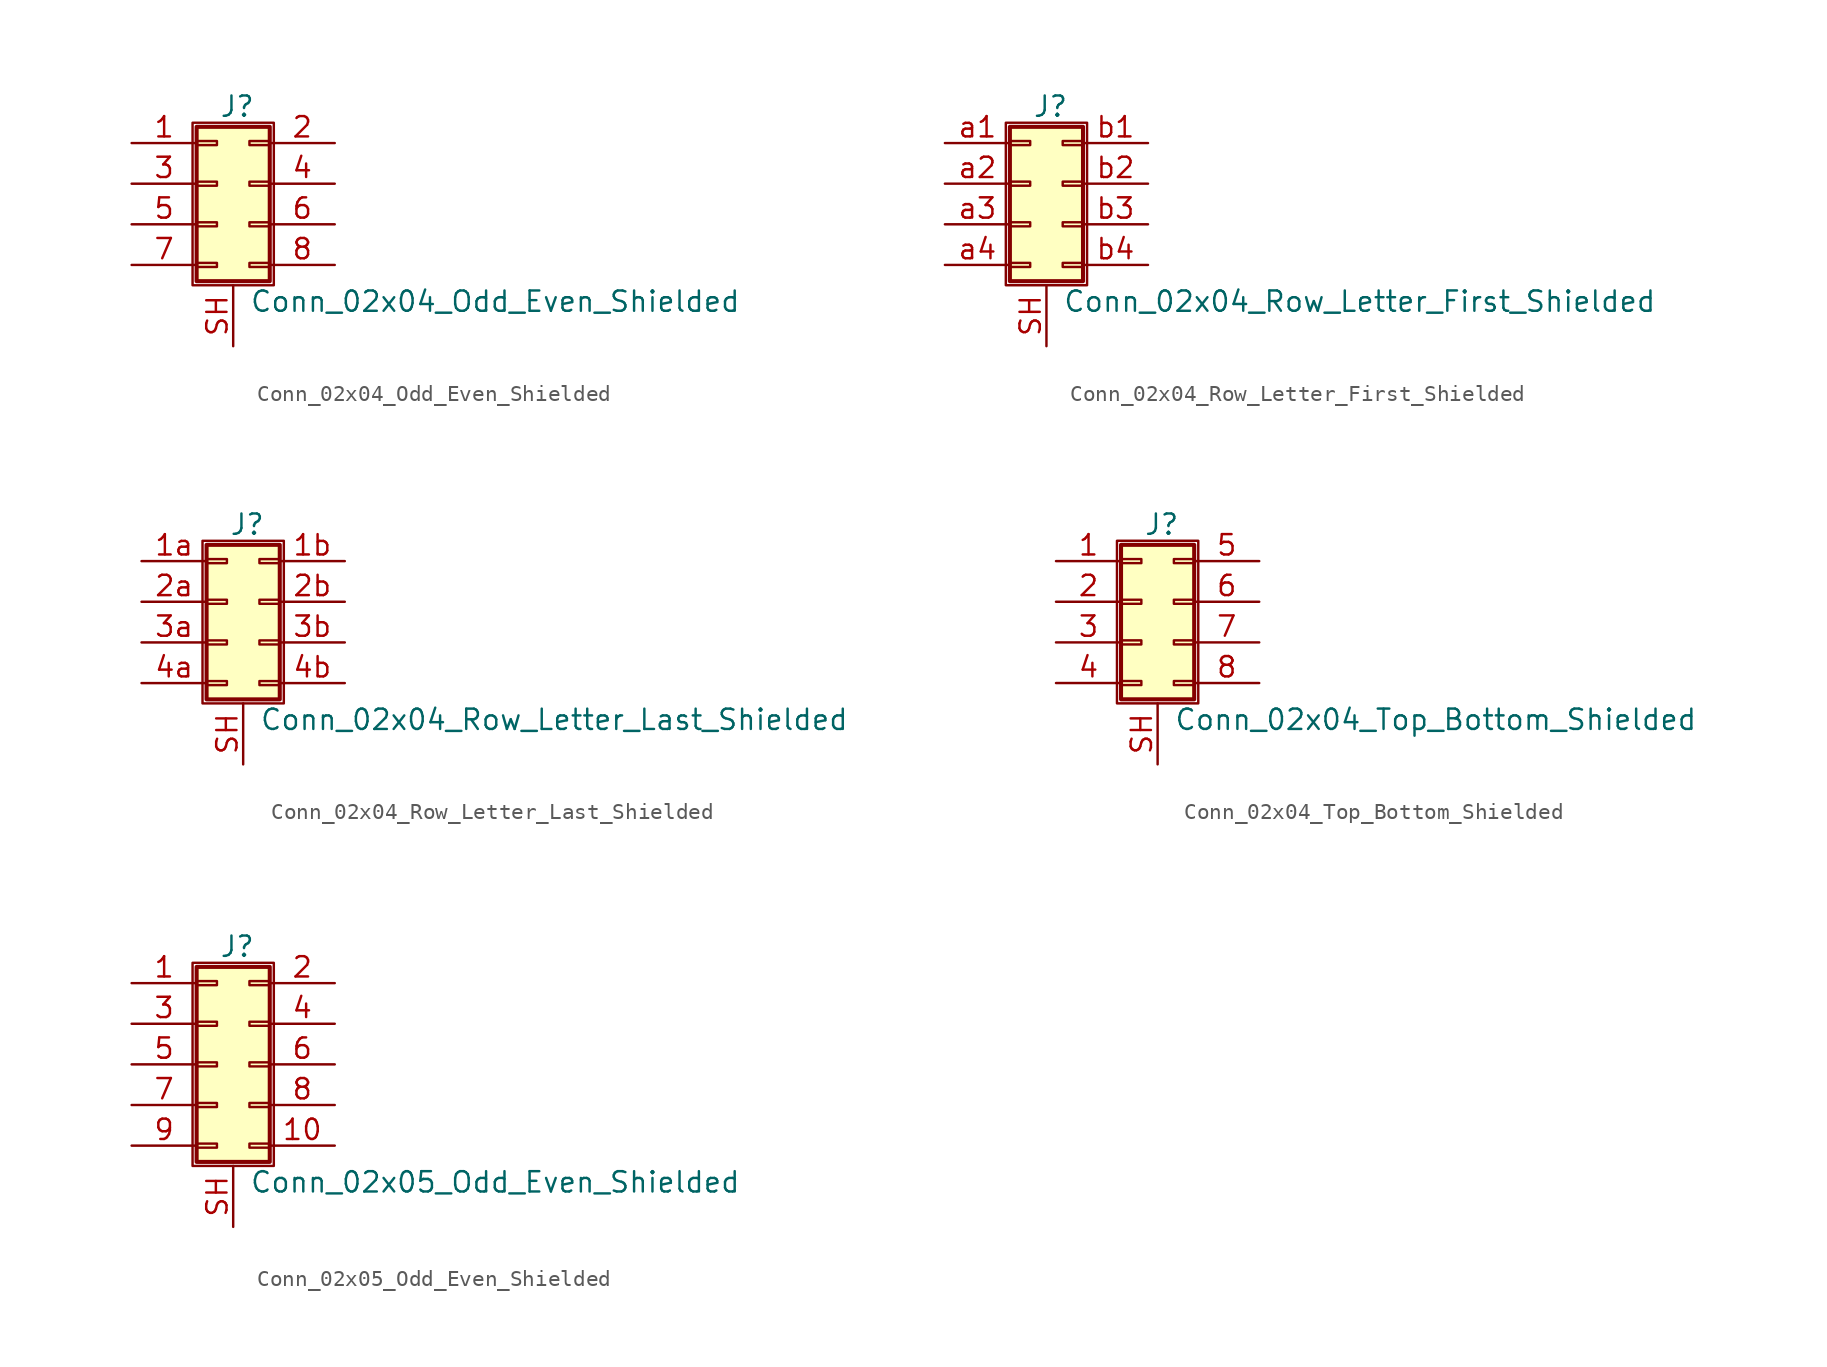
<source format=kicad_sym>
(kicad_symbol_lib
  (version 20220914)
  (generator kicad_symbol_editor)
  (symbol "Conn_02x04_Odd_Even_Shielded"
    (pin_names
      (offset 1.016) hide)
    (property "Reference" "J"
      (at 1.524 4.826 0)
      (effects (font (size 1.27 1.27))))
    (property "Value" "Conn_02x04_Odd_Even_Shielded"
      (at 2.286 -7.366 0)
      (effects (font (size 1.27 1.27)) (justify left)))
    (symbol "Conn_02x04_Odd_Even_Shielded_1_1"
      (rectangle (start -1.27 3.81) (end 3.81 -6.35) (stroke (width 0.152) (type default)) (fill (type none)))
      (rectangle (start -1.016 -4.953) (end 0.254 -5.207) (stroke (width 0.152) (type default)) (fill (type none)))
      (rectangle (start -1.016 -2.413) (end 0.254 -2.667) (stroke (width 0.152) (type default)) (fill (type none)))
      (rectangle (start -1.016 0.127) (end 0.254 -0.127) (stroke (width 0.152) (type default)) (fill (type none)))
      (rectangle (start -1.016 2.667) (end 0.254 2.413) (stroke (width 0.152) (type default)) (fill (type none)))
      (rectangle (start -1.016 3.556) (end 3.556 -6.096) (stroke (width 0.254) (type default)) (fill (type background)))
      (rectangle (start 3.556 -4.953) (end 2.286 -5.207) (stroke (width 0.152) (type default)) (fill (type none)))
      (rectangle (start 3.556 -2.413) (end 2.286 -2.667) (stroke (width 0.152) (type default)) (fill (type none)))
      (rectangle (start 3.556 0.127) (end 2.286 -0.127) (stroke (width 0.152) (type default)) (fill (type none)))
      (rectangle (start 3.556 2.667) (end 2.286 2.413) (stroke (width 0.152) (type default)) (fill (type none)))
      (pin passive line (at -5.08 2.54 0) (length 4.064) (name "Pin_1" (effects (font (size 1.27 1.27)))) (number "1" (effects (font (size 1.27 1.27)))))
      (pin passive line (at 7.62 2.54 180) (length 4.064) (name "Pin_2" (effects (font (size 1.27 1.27)))) (number "2" (effects (font (size 1.27 1.27)))))
      (pin passive line (at -5.08 0 0) (length 4.064) (name "Pin_3" (effects (font (size 1.27 1.27)))) (number "3" (effects (font (size 1.27 1.27)))))
      (pin passive line (at 7.62 0 180) (length 4.064) (name "Pin_4" (effects (font (size 1.27 1.27)))) (number "4" (effects (font (size 1.27 1.27)))))
      (pin passive line (at -5.08 -2.54 0) (length 4.064) (name "Pin_5" (effects (font (size 1.27 1.27)))) (number "5" (effects (font (size 1.27 1.27)))))
      (pin passive line (at 7.62 -2.54 180) (length 4.064) (name "Pin_6" (effects (font (size 1.27 1.27)))) (number "6" (effects (font (size 1.27 1.27)))))
      (pin passive line (at -5.08 -5.08 0) (length 4.064) (name "Pin_7" (effects (font (size 1.27 1.27)))) (number "7" (effects (font (size 1.27 1.27)))))
      (pin passive line (at 7.62 -5.08 180) (length 4.064) (name "Pin_8" (effects (font (size 1.27 1.27)))) (number "8" (effects (font (size 1.27 1.27)))))
      (pin passive line (at 1.27 -10.16 90) (length 3.81) (name "Shield" (effects (font (size 1.27 1.27)))) (number "SH" (effects (font (size 1.27 1.27)))))))
  (symbol "Conn_02x04_Row_Letter_First_Shielded"
    (pin_names
      (offset 1.016) hide)
    (property "Reference" "J"
      (at 1.524 4.826 0)
      (effects (font (size 1.27 1.27))))
    (property "Value" "Conn_02x04_Row_Letter_First_Shielded"
      (at 2.286 -7.366 0)
      (effects (font (size 1.27 1.27)) (justify left)))
    (symbol "Conn_02x04_Row_Letter_First_Shielded_1_1"
      (rectangle (start -1.27 3.81) (end 3.81 -6.35) (stroke (width 0.152) (type default)) (fill (type none)))
      (rectangle (start -1.016 -4.953) (end 0.254 -5.207) (stroke (width 0.152) (type default)) (fill (type none)))
      (rectangle (start -1.016 -2.413) (end 0.254 -2.667) (stroke (width 0.152) (type default)) (fill (type none)))
      (rectangle (start -1.016 0.127) (end 0.254 -0.127) (stroke (width 0.152) (type default)) (fill (type none)))
      (rectangle (start -1.016 2.667) (end 0.254 2.413) (stroke (width 0.152) (type default)) (fill (type none)))
      (rectangle (start -1.016 3.556) (end 3.556 -6.096) (stroke (width 0.254) (type default)) (fill (type background)))
      (rectangle (start 3.556 -4.953) (end 2.286 -5.207) (stroke (width 0.152) (type default)) (fill (type none)))
      (rectangle (start 3.556 -2.413) (end 2.286 -2.667) (stroke (width 0.152) (type default)) (fill (type none)))
      (rectangle (start 3.556 0.127) (end 2.286 -0.127) (stroke (width 0.152) (type default)) (fill (type none)))
      (rectangle (start 3.556 2.667) (end 2.286 2.413) (stroke (width 0.152) (type default)) (fill (type none)))
      (pin passive line (at 1.27 -10.16 90) (length 3.81) (name "Shield" (effects (font (size 1.27 1.27)))) (number "SH" (effects (font (size 1.27 1.27)))))
      (pin passive line (at -5.08 2.54 0) (length 4.064) (name "Pin_a1" (effects (font (size 1.27 1.27)))) (number "a1" (effects (font (size 1.27 1.27)))))
      (pin passive line (at -5.08 0 0) (length 4.064) (name "Pin_a2" (effects (font (size 1.27 1.27)))) (number "a2" (effects (font (size 1.27 1.27)))))
      (pin passive line (at -5.08 -2.54 0) (length 4.064) (name "Pin_a3" (effects (font (size 1.27 1.27)))) (number "a3" (effects (font (size 1.27 1.27)))))
      (pin passive line (at -5.08 -5.08 0) (length 4.064) (name "Pin_a4" (effects (font (size 1.27 1.27)))) (number "a4" (effects (font (size 1.27 1.27)))))
      (pin passive line (at 7.62 2.54 180) (length 4.064) (name "Pin_b1" (effects (font (size 1.27 1.27)))) (number "b1" (effects (font (size 1.27 1.27)))))
      (pin passive line (at 7.62 0 180) (length 4.064) (name "Pin_b2" (effects (font (size 1.27 1.27)))) (number "b2" (effects (font (size 1.27 1.27)))))
      (pin passive line (at 7.62 -2.54 180) (length 4.064) (name "Pin_b3" (effects (font (size 1.27 1.27)))) (number "b3" (effects (font (size 1.27 1.27)))))
      (pin passive line (at 7.62 -5.08 180) (length 4.064) (name "Pin_b4" (effects (font (size 1.27 1.27)))) (number "b4" (effects (font (size 1.27 1.27)))))))
  (symbol "Conn_02x04_Row_Letter_Last_Shielded"
    (pin_names
      (offset 1.016) hide)
    (property "Reference" "J"
      (at 1.524 4.826 0)
      (effects (font (size 1.27 1.27))))
    (property "Value" "Conn_02x04_Row_Letter_Last_Shielded"
      (at 2.286 -7.366 0)
      (effects (font (size 1.27 1.27)) (justify left)))
    (symbol "Conn_02x04_Row_Letter_Last_Shielded_1_1"
      (rectangle (start -1.27 3.81) (end 3.81 -6.35) (stroke (width 0.152) (type default)) (fill (type none)))
      (rectangle (start -1.016 -4.953) (end 0.254 -5.207) (stroke (width 0.152) (type default)) (fill (type none)))
      (rectangle (start -1.016 -2.413) (end 0.254 -2.667) (stroke (width 0.152) (type default)) (fill (type none)))
      (rectangle (start -1.016 0.127) (end 0.254 -0.127) (stroke (width 0.152) (type default)) (fill (type none)))
      (rectangle (start -1.016 2.667) (end 0.254 2.413) (stroke (width 0.152) (type default)) (fill (type none)))
      (rectangle (start -1.016 3.556) (end 3.556 -6.096) (stroke (width 0.254) (type default)) (fill (type background)))
      (rectangle (start 3.556 -4.953) (end 2.286 -5.207) (stroke (width 0.152) (type default)) (fill (type none)))
      (rectangle (start 3.556 -2.413) (end 2.286 -2.667) (stroke (width 0.152) (type default)) (fill (type none)))
      (rectangle (start 3.556 0.127) (end 2.286 -0.127) (stroke (width 0.152) (type default)) (fill (type none)))
      (rectangle (start 3.556 2.667) (end 2.286 2.413) (stroke (width 0.152) (type default)) (fill (type none)))
      (pin passive line (at -5.08 2.54 0) (length 4.064) (name "Pin_1a" (effects (font (size 1.27 1.27)))) (number "1a" (effects (font (size 1.27 1.27)))))
      (pin passive line (at 7.62 2.54 180) (length 4.064) (name "Pin_1b" (effects (font (size 1.27 1.27)))) (number "1b" (effects (font (size 1.27 1.27)))))
      (pin passive line (at -5.08 0 0) (length 4.064) (name "Pin_2a" (effects (font (size 1.27 1.27)))) (number "2a" (effects (font (size 1.27 1.27)))))
      (pin passive line (at 7.62 0 180) (length 4.064) (name "Pin_2b" (effects (font (size 1.27 1.27)))) (number "2b" (effects (font (size 1.27 1.27)))))
      (pin passive line (at -5.08 -2.54 0) (length 4.064) (name "Pin_3a" (effects (font (size 1.27 1.27)))) (number "3a" (effects (font (size 1.27 1.27)))))
      (pin passive line (at 7.62 -2.54 180) (length 4.064) (name "Pin_3b" (effects (font (size 1.27 1.27)))) (number "3b" (effects (font (size 1.27 1.27)))))
      (pin passive line (at -5.08 -5.08 0) (length 4.064) (name "Pin_4a" (effects (font (size 1.27 1.27)))) (number "4a" (effects (font (size 1.27 1.27)))))
      (pin passive line (at 7.62 -5.08 180) (length 4.064) (name "Pin_4b" (effects (font (size 1.27 1.27)))) (number "4b" (effects (font (size 1.27 1.27)))))
      (pin passive line (at 1.27 -10.16 90) (length 3.81) (name "Shield" (effects (font (size 1.27 1.27)))) (number "SH" (effects (font (size 1.27 1.27)))))))
  (symbol "Conn_02x04_Top_Bottom_Shielded"
    (pin_names
      (offset 1.016) hide)
    (property "Reference" "J"
      (at 1.524 4.826 0)
      (effects (font (size 1.27 1.27))))
    (property "Value" "Conn_02x04_Top_Bottom_Shielded"
      (at 2.286 -7.366 0)
      (effects (font (size 1.27 1.27)) (justify left)))
    (symbol "Conn_02x04_Top_Bottom_Shielded_1_1"
      (rectangle (start -1.27 3.81) (end 3.81 -6.35) (stroke (width 0.152) (type default)) (fill (type none)))
      (rectangle (start -1.016 -4.953) (end 0.254 -5.207) (stroke (width 0.152) (type default)) (fill (type none)))
      (rectangle (start -1.016 -2.413) (end 0.254 -2.667) (stroke (width 0.152) (type default)) (fill (type none)))
      (rectangle (start -1.016 0.127) (end 0.254 -0.127) (stroke (width 0.152) (type default)) (fill (type none)))
      (rectangle (start -1.016 2.667) (end 0.254 2.413) (stroke (width 0.152) (type default)) (fill (type none)))
      (rectangle (start -1.016 3.556) (end 3.556 -6.096) (stroke (width 0.254) (type default)) (fill (type background)))
      (rectangle (start 3.556 -4.953) (end 2.286 -5.207) (stroke (width 0.152) (type default)) (fill (type none)))
      (rectangle (start 3.556 -2.413) (end 2.286 -2.667) (stroke (width 0.152) (type default)) (fill (type none)))
      (rectangle (start 3.556 0.127) (end 2.286 -0.127) (stroke (width 0.152) (type default)) (fill (type none)))
      (rectangle (start 3.556 2.667) (end 2.286 2.413) (stroke (width 0.152) (type default)) (fill (type none)))
      (pin passive line (at -5.08 2.54 0) (length 4.064) (name "Pin_1" (effects (font (size 1.27 1.27)))) (number "1" (effects (font (size 1.27 1.27)))))
      (pin passive line (at -5.08 0 0) (length 4.064) (name "Pin_2" (effects (font (size 1.27 1.27)))) (number "2" (effects (font (size 1.27 1.27)))))
      (pin passive line (at -5.08 -2.54 0) (length 4.064) (name "Pin_3" (effects (font (size 1.27 1.27)))) (number "3" (effects (font (size 1.27 1.27)))))
      (pin passive line (at -5.08 -5.08 0) (length 4.064) (name "Pin_4" (effects (font (size 1.27 1.27)))) (number "4" (effects (font (size 1.27 1.27)))))
      (pin passive line (at 7.62 2.54 180) (length 4.064) (name "Pin_5" (effects (font (size 1.27 1.27)))) (number "5" (effects (font (size 1.27 1.27)))))
      (pin passive line (at 7.62 0 180) (length 4.064) (name "Pin_6" (effects (font (size 1.27 1.27)))) (number "6" (effects (font (size 1.27 1.27)))))
      (pin passive line (at 7.62 -2.54 180) (length 4.064) (name "Pin_7" (effects (font (size 1.27 1.27)))) (number "7" (effects (font (size 1.27 1.27)))))
      (pin passive line (at 7.62 -5.08 180) (length 4.064) (name "Pin_8" (effects (font (size 1.27 1.27)))) (number "8" (effects (font (size 1.27 1.27)))))
      (pin passive line (at 1.27 -10.16 90) (length 3.81) (name "Shield" (effects (font (size 1.27 1.27)))) (number "SH" (effects (font (size 1.27 1.27)))))))
  (symbol "Conn_02x05_Odd_Even_Shielded"
    (pin_names
      (offset 1.016) hide)
    (property "Reference" "J"
      (at 1.524 7.366 0)
      (effects (font (size 1.27 1.27))))
    (property "Value" "Conn_02x05_Odd_Even_Shielded"
      (at 2.286 -7.366 0)
      (effects (font (size 1.27 1.27)) (justify left)))
    (symbol "Conn_02x05_Odd_Even_Shielded_1_1"
      (rectangle (start -1.27 6.35) (end 3.81 -6.35) (stroke (width 0.152) (type default)) (fill (type none)))
      (rectangle (start -1.016 -4.953) (end 0.254 -5.207) (stroke (width 0.152) (type default)) (fill (type none)))
      (rectangle (start -1.016 -2.413) (end 0.254 -2.667) (stroke (width 0.152) (type default)) (fill (type none)))
      (rectangle (start -1.016 0.127) (end 0.254 -0.127) (stroke (width 0.152) (type default)) (fill (type none)))
      (rectangle (start -1.016 2.667) (end 0.254 2.413) (stroke (width 0.152) (type default)) (fill (type none)))
      (rectangle (start -1.016 5.207) (end 0.254 4.953) (stroke (width 0.152) (type default)) (fill (type none)))
      (rectangle (start -1.016 6.096) (end 3.556 -6.096) (stroke (width 0.254) (type default)) (fill (type background)))
      (rectangle (start 3.556 -4.953) (end 2.286 -5.207) (stroke (width 0.152) (type default)) (fill (type none)))
      (rectangle (start 3.556 -2.413) (end 2.286 -2.667) (stroke (width 0.152) (type default)) (fill (type none)))
      (rectangle (start 3.556 0.127) (end 2.286 -0.127) (stroke (width 0.152) (type default)) (fill (type none)))
      (rectangle (start 3.556 2.667) (end 2.286 2.413) (stroke (width 0.152) (type default)) (fill (type none)))
      (rectangle (start 3.556 5.207) (end 2.286 4.953) (stroke (width 0.152) (type default)) (fill (type none)))
      (pin passive line (at -5.08 5.08 0) (length 4.064) (name "Pin_1" (effects (font (size 1.27 1.27)))) (number "1" (effects (font (size 1.27 1.27)))))
      (pin passive line (at 7.62 -5.08 180) (length 4.064) (name "Pin_10" (effects (font (size 1.27 1.27)))) (number "10" (effects (font (size 1.27 1.27)))))
      (pin passive line (at 7.62 5.08 180) (length 4.064) (name "Pin_2" (effects (font (size 1.27 1.27)))) (number "2" (effects (font (size 1.27 1.27)))))
      (pin passive line (at -5.08 2.54 0) (length 4.064) (name "Pin_3" (effects (font (size 1.27 1.27)))) (number "3" (effects (font (size 1.27 1.27)))))
      (pin passive line (at 7.62 2.54 180) (length 4.064) (name "Pin_4" (effects (font (size 1.27 1.27)))) (number "4" (effects (font (size 1.27 1.27)))))
      (pin passive line (at -5.08 0 0) (length 4.064) (name "Pin_5" (effects (font (size 1.27 1.27)))) (number "5" (effects (font (size 1.27 1.27)))))
      (pin passive line (at 7.62 0 180) (length 4.064) (name "Pin_6" (effects (font (size 1.27 1.27)))) (number "6" (effects (font (size 1.27 1.27)))))
      (pin passive line (at -5.08 -2.54 0) (length 4.064) (name "Pin_7" (effects (font (size 1.27 1.27)))) (number "7" (effects (font (size 1.27 1.27)))))
      (pin passive line (at 7.62 -2.54 180) (length 4.064) (name "Pin_8" (effects (font (size 1.27 1.27)))) (number "8" (effects (font (size 1.27 1.27)))))
      (pin passive line (at -5.08 -5.08 0) (length 4.064) (name "Pin_9" (effects (font (size 1.27 1.27)))) (number "9" (effects (font (size 1.27 1.27)))))
      (pin passive line (at 1.27 -10.16 90) (length 3.81) (name "Shield" (effects (font (size 1.27 1.27)))) (number "SH" (effects (font (size 1.27 1.27))))))))
</source>
